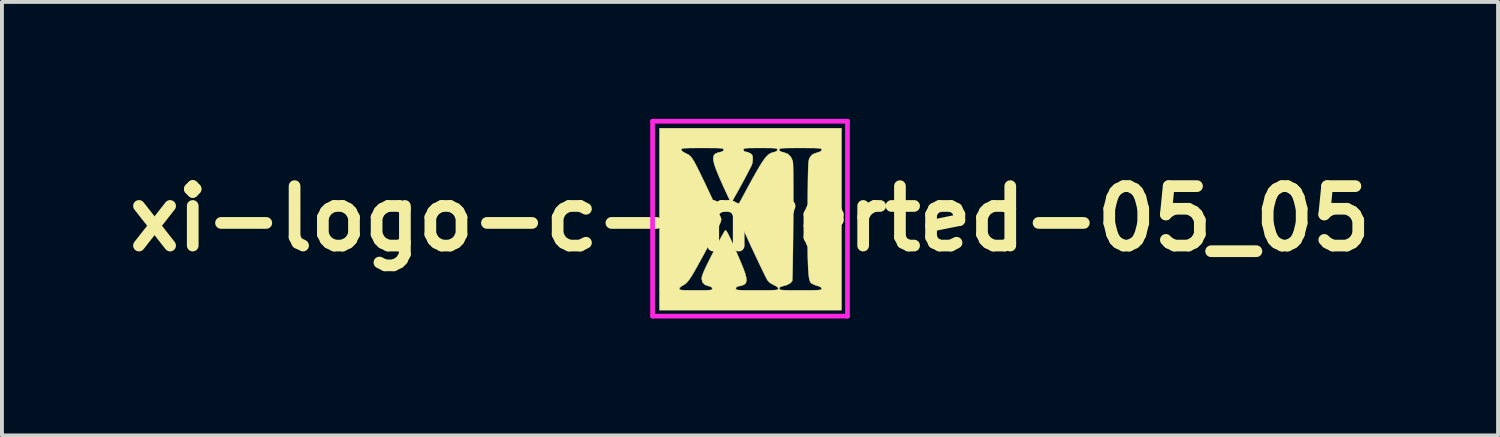
<source format=kicad_pcb>
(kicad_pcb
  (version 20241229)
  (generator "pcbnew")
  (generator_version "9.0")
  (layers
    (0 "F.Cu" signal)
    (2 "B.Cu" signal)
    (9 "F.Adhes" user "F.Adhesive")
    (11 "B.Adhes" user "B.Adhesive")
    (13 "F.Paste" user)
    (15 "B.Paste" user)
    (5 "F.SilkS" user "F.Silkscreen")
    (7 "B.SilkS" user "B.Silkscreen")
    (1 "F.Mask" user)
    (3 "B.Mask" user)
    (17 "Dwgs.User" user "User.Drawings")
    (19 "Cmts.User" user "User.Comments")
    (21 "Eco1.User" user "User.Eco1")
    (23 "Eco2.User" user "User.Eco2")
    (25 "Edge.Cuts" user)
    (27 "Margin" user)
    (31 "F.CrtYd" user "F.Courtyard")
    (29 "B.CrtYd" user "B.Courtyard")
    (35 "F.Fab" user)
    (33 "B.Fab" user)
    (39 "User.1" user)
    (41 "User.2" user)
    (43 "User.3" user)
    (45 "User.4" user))
  (footprint "xi-logo-c-inverted-05_05"
    (layer "F.Cu")
    (at 16.191 2.56)
    (property "Reference" "xi-logo-c-inverted-05_05" (at 0 0 0) (layer "F.SilkS") (effects (font (size 1.524 1.524) (thickness 0.3))))
    (attr through_hole)
    (fp_poly (pts (xy 2.346 2.346) (xy -2.322 2.346) (xy -2.322 1.796) (xy -1.814 1.796) (xy -1.811 1.811) (xy -1.796 1.823) (xy -1.762 1.83) (xy -1.704 1.835) (xy -1.615 1.837) (xy -1.488 1.838) (xy -1.391 1.838) (xy -1.238 1.838) (xy -1.128 1.837) (xy -1.052 1.834) (xy -1.005 1.828) (xy -0.979 1.819) (xy -0.969 1.807) (xy -0.968 1.793) (xy -0.984 1.756) (xy -1.039 1.734) (xy -1.051 1.732) (xy -1.153 1.697) (xy -1.215 1.638) (xy -1.239 1.551) (xy -1.239 1.535) (xy -1.235 1.495) (xy -1.219 1.441) (xy -1.19 1.367) (xy -1.147 1.269) (xy -1.085 1.141) (xy -1.004 0.979) (xy -0.949 0.872) (xy -0.871 0.72) (xy -0.798 0.582) (xy -0.735 0.465) (xy -0.684 0.375) (xy -0.649 0.316) (xy -0.633 0.296) (xy -0.617 0.304) (xy -0.591 0.339) (xy -0.555 0.405) (xy -0.507 0.503) (xy -0.446 0.636) (xy -0.37 0.808) (xy -0.277 1.021) (xy -0.255 1.074) (xy -0.179 1.256) (xy -0.127 1.4) (xy -0.098 1.51) (xy -0.091 1.592) (xy -0.108 1.651) (xy -0.148 1.69) (xy -0.212 1.716) (xy -0.267 1.727) (xy -0.332 1.743) (xy -0.359 1.769) (xy -0.363 1.79) (xy -0.361 1.806) (xy -0.352 1.818) (xy -0.329 1.826) (xy -0.287 1.832) (xy -0.22 1.836) (xy -0.122 1.838) (xy 0.013 1.838) (xy 0.181 1.838) (xy 0.357 1.838) (xy 0.491 1.837) (xy 0.587 1.835) (xy 0.653 1.831) (xy 0.694 1.825) (xy 0.716 1.817) (xy 0.724 1.805) (xy 0.726 1.793) (xy 0.706 1.754) (xy 0.643 1.717) (xy 0.616 1.706) (xy 0.506 1.642) (xy 0.448 1.579) (xy 0.425 1.537) (xy 0.384 1.458) (xy 0.329 1.345) (xy 0.261 1.204) (xy 0.184 1.042) (xy 0.099 0.862) (xy 0.01 0.671) (xy 0.001 0.65) (xy -0.388 -0.192) (xy -0.07 -0.78) (xy 0.05 -1.001) (xy 0.152 -1.183) (xy 0.237 -1.329) (xy 0.309 -1.445) (xy 0.37 -1.534) (xy 0.424 -1.599) (xy 0.474 -1.646) (xy 0.522 -1.676) (xy 0.571 -1.696) (xy 0.618 -1.707) (xy 0.679 -1.728) (xy 0.701 -1.761) (xy 0.701 -1.768) (xy 0.75 -1.768) (xy 0.762 -1.735) (xy 0.806 -1.714) (xy 0.851 -1.705) (xy 0.965 -1.664) (xy 1.047 -1.586) (xy 1.095 -1.478) (xy 1.1 -1.449) (xy 1.103 -1.401) (xy 1.106 -1.312) (xy 1.108 -1.186) (xy 1.109 -1.029) (xy 1.11 -0.846) (xy 1.11 -0.642) (xy 1.11 -0.422) (xy 1.109 -0.192) (xy 1.108 0.045) (xy 1.106 0.282) (xy 1.104 0.515) (xy 1.102 0.738) (xy 1.099 0.946) (xy 1.096 1.135) (xy 1.093 1.299) (xy 1.089 1.432) (xy 1.086 1.531) (xy 1.082 1.59) (xy 1.08 1.604) (xy 1.031 1.656) (xy 0.945 1.701) (xy 0.84 1.73) (xy 0.776 1.75) (xy 0.751 1.781) (xy 0.75 1.793) (xy 0.752 1.808) (xy 0.763 1.819) (xy 0.788 1.827) (xy 0.834 1.832) (xy 0.905 1.836) (xy 1.009 1.838) (xy 1.15 1.838) (xy 1.294 1.838) (xy 1.47 1.838) (xy 1.604 1.837) (xy 1.7 1.835) (xy 1.766 1.831) (xy 1.807 1.825) (xy 1.829 1.816) (xy 1.837 1.805) (xy 1.838 1.795) (xy 1.824 1.763) (xy 1.773 1.736) (xy 1.72 1.72) (xy 1.642 1.694) (xy 1.578 1.66) (xy 1.56 1.644) (xy 1.542 1.616) (xy 1.526 1.571) (xy 1.513 1.507) (xy 1.503 1.421) (xy 1.494 1.308) (xy 1.488 1.167) (xy 1.483 0.994) (xy 1.48 0.786) (xy 1.478 0.539) (xy 1.478 0.251) (xy 1.48 -0.081) (xy 1.48 -0.169) (xy 1.482 -0.456) (xy 1.483 -0.698) (xy 1.485 -0.899) (xy 1.487 -1.064) (xy 1.49 -1.197) (xy 1.493 -1.302) (xy 1.497 -1.383) (xy 1.501 -1.444) (xy 1.507 -1.488) (xy 1.514 -1.52) (xy 1.523 -1.545) (xy 1.533 -1.565) (xy 1.537 -1.572) (xy 1.58 -1.629) (xy 1.637 -1.666) (xy 1.713 -1.691) (xy 1.791 -1.717) (xy 1.83 -1.744) (xy 1.838 -1.769) (xy 1.836 -1.784) (xy 1.825 -1.795) (xy 1.799 -1.803) (xy 1.752 -1.808) (xy 1.679 -1.812) (xy 1.573 -1.813) (xy 1.43 -1.814) (xy 1.294 -1.814) (xy 1.118 -1.814) (xy 0.985 -1.813) (xy 0.889 -1.811) (xy 0.823 -1.807) (xy 0.782 -1.801) (xy 0.76 -1.793) (xy 0.751 -1.781) (xy 0.75 -1.768) (xy 0.701 -1.768) (xy 0.702 -1.769) (xy 0.699 -1.785) (xy 0.687 -1.797) (xy 0.658 -1.805) (xy 0.607 -1.81) (xy 0.527 -1.813) (xy 0.41 -1.814) (xy 0.266 -1.814) (xy 0.111 -1.814) (xy -0.002 -1.813) (xy -0.079 -1.81) (xy -0.128 -1.805) (xy -0.155 -1.796) (xy -0.167 -1.784) (xy -0.169 -1.767) (xy -0.169 -1.766) (xy -0.152 -1.726) (xy -0.119 -1.718) (xy -0.05 -1.703) (xy 0.018 -1.669) (xy 0.054 -1.635) (xy 0.069 -1.582) (xy 0.07 -1.504) (xy 0.058 -1.421) (xy 0.047 -1.386) (xy 0.028 -1.344) (xy -0.009 -1.271) (xy -0.06 -1.173) (xy -0.12 -1.059) (xy -0.186 -0.936) (xy -0.254 -0.811) (xy -0.32 -0.692) (xy -0.38 -0.585) (xy -0.43 -0.497) (xy -0.465 -0.438) (xy -0.483 -0.412) (xy -0.484 -0.412) (xy -0.497 -0.433) (xy -0.527 -0.492) (xy -0.57 -0.582) (xy -0.624 -0.698) (xy -0.686 -0.832) (xy -0.712 -0.889) (xy -0.803 -1.096) (xy -0.871 -1.263) (xy -0.917 -1.397) (xy -0.94 -1.5) (xy -0.942 -1.578) (xy -0.922 -1.634) (xy -0.881 -1.671) (xy -0.82 -1.696) (xy -0.775 -1.705) (xy -0.709 -1.723) (xy -0.68 -1.749) (xy -0.677 -1.768) (xy -0.68 -1.783) (xy -0.69 -1.794) (xy -0.714 -1.802) (xy -0.759 -1.808) (xy -0.829 -1.812) (xy -0.932 -1.813) (xy -1.071 -1.814) (xy -1.222 -1.814) (xy -1.398 -1.814) (xy -1.531 -1.813) (xy -1.628 -1.811) (xy -1.694 -1.807) (xy -1.735 -1.801) (xy -1.756 -1.792) (xy -1.765 -1.78) (xy -1.766 -1.771) (xy -1.742 -1.73) (xy -1.671 -1.688) (xy -1.648 -1.677) (xy -1.583 -1.645) (xy -1.533 -1.606) (xy -1.485 -1.547) (xy -1.43 -1.459) (xy -1.398 -1.4) (xy -1.349 -1.304) (xy -1.287 -1.18) (xy -1.216 -1.033) (xy -1.139 -0.873) (xy -1.06 -0.706) (xy -0.982 -0.54) (xy -0.909 -0.382) (xy -0.844 -0.24) (xy -0.791 -0.122) (xy -0.754 -0.035) (xy -0.752 -0.031) (xy -0.743 -0.007) (xy -0.74 0.018) (xy -0.743 0.049) (xy -0.756 0.09) (xy -0.781 0.148) (xy -0.82 0.228) (xy -0.875 0.334) (xy -0.948 0.473) (xy -1.041 0.647) (xy -1.167 0.882) (xy -1.274 1.078) (xy -1.363 1.238) (xy -1.436 1.368) (xy -1.498 1.47) (xy -1.549 1.548) (xy -1.592 1.606) (xy -1.631 1.648) (xy -1.666 1.678) (xy -1.701 1.699) (xy -1.711 1.705) (xy -1.78 1.747) (xy -1.813 1.787) (xy -1.814 1.796) (xy -2.322 1.796) (xy -2.322 -2.322) (xy 2.346 -2.322) (xy 2.346 2.346)) (stroke (width 0.01) (type solid)) (fill yes) (layer "F.SilkS"))
    (fp_line (start -2.5 -2.5) (end 2.5 -2.5) (stroke (width 0.12) (type solid)) (layer "F.CrtYd"))
    (fp_line (start -2.5 2.5) (end -2.5 -2.5) (stroke (width 0.12) (type solid)) (layer "F.CrtYd"))
    (fp_line (start 2.5 -2.5) (end 2.5 2.5) (stroke (width 0.12) (type solid)) (layer "F.CrtYd"))
    (fp_line (start 2.5 2.5) (end -2.5 2.5) (stroke (width 0.12) (type solid)) (layer "F.CrtYd")))
  (gr_rect
    (start -3 -3)
    (end 35.381 8.12)
    (stroke (width 0.1) (type default))
    (fill no)
    (layer "Edge.Cuts")))
</source>
